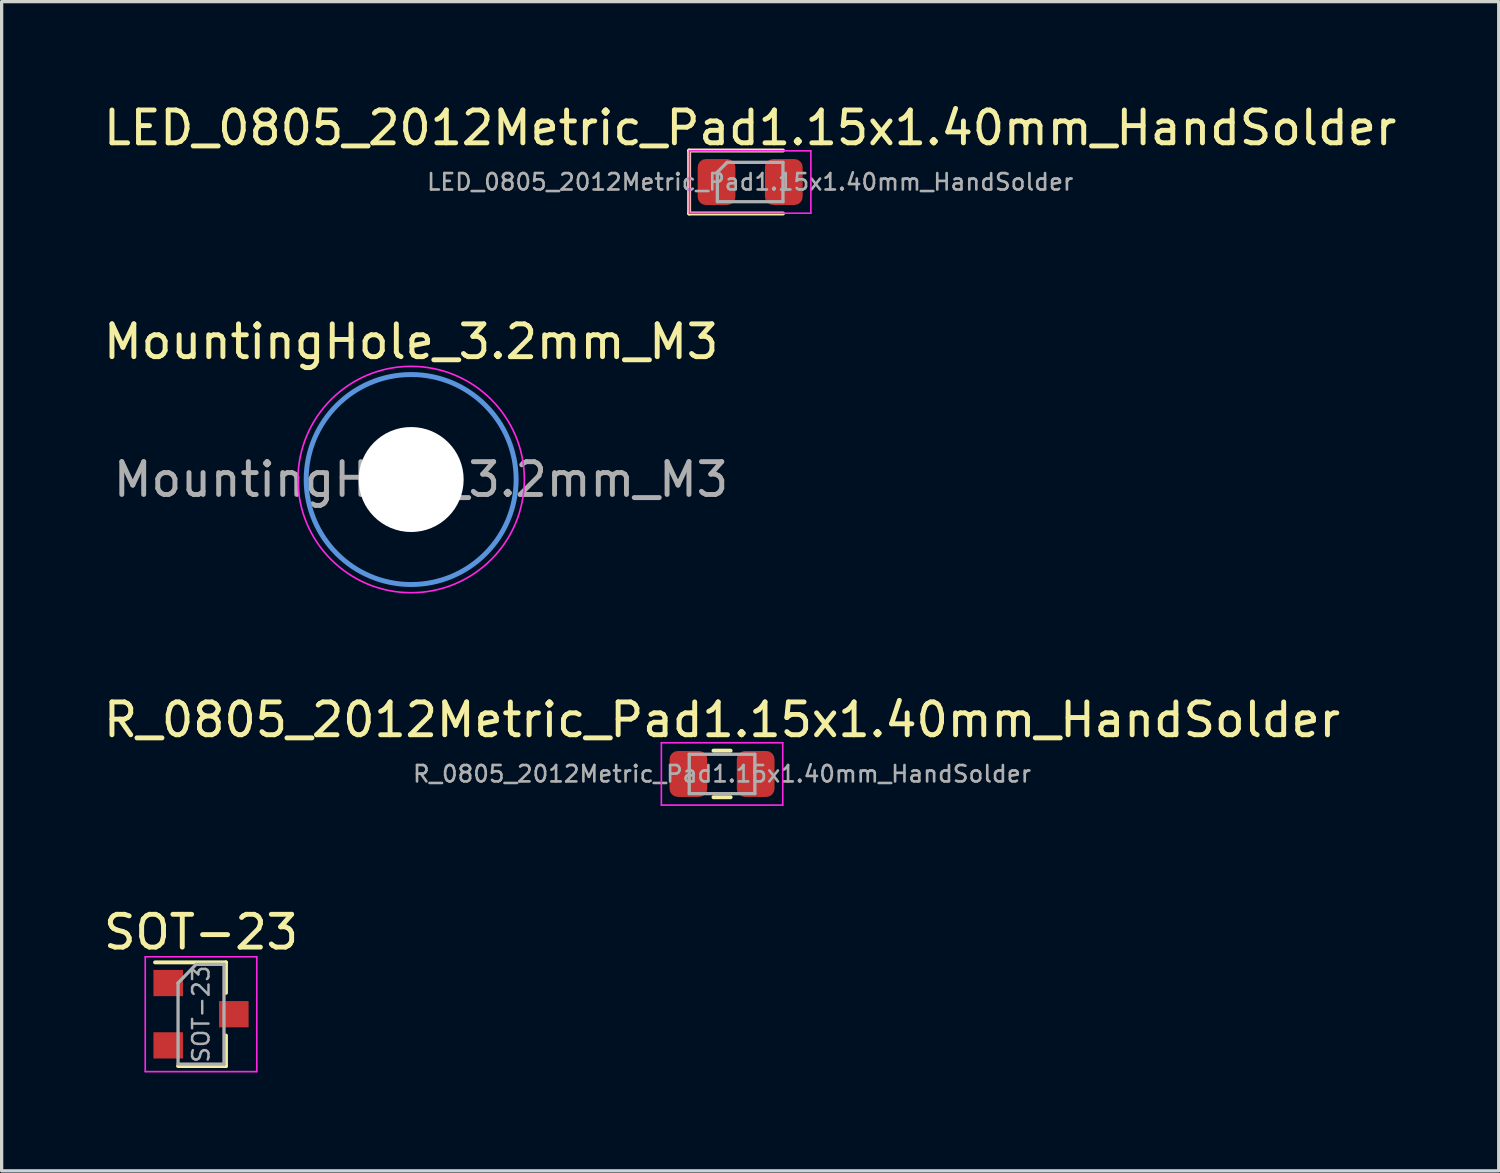
<source format=kicad_pcb>
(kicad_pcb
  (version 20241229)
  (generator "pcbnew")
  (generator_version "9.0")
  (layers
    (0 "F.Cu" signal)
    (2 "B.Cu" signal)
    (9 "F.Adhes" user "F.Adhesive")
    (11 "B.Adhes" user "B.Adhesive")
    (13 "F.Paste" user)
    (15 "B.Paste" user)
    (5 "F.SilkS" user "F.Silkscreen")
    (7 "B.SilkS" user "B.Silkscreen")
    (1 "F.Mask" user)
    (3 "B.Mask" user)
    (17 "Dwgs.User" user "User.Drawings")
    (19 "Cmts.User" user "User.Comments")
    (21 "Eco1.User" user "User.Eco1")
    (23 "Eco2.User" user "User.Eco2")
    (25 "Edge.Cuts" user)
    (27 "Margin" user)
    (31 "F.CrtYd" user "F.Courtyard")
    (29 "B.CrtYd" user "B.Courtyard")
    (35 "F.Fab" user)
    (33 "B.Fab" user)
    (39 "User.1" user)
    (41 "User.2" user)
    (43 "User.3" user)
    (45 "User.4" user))
  (footprint "MountingHole_3.2mm_M3"
    (layer "F.Cu")
    (at 9.482 11.566)
    (property "Reference" "MountingHole_3.2mm_M3" (at 0 -4.2 0) (layer "F.SilkS") (effects (font (size 1 1) (thickness 0.15))))
    (attr exclude_from_pos_files exclude_from_bom)
    (fp_circle (center 0 0) (end 3.2 0) (stroke (width 0.15) (type solid)) (fill no) (layer "Cmts.User"))
    (fp_circle (center 0 0) (end 3.45 0) (stroke (width 0.05) (type solid)) (fill no) (layer "F.CrtYd"))
    (fp_text user "${REFERENCE}" (at 0.3 0 0) (layer "F.Fab") (effects (font (size 1 1) (thickness 0.15))))
    (pad "" np_thru_hole circle (at 0 0) (size 3.2 3.2) (drill 3.2) (layers "*.Cu" "*.Mask")))
  (footprint "R_0805_2012Metric_Pad1.15x1.40mm_HandSolder"
    (layer "F.Cu")
    (at 18.958 20.54)
    (property "Reference" "R_0805_2012Metric_Pad1.15x1.40mm_HandSolder" (at 0 -1.65 180) (layer "F.SilkS") (effects (font (size 1 1) (thickness 0.15))))
    (attr smd)
    (fp_line (start -0.261 -0.71) (end 0.261 -0.71) (stroke (width 0.12) (type solid)) (layer "F.SilkS"))
    (fp_line (start -0.261 0.71) (end 0.261 0.71) (stroke (width 0.12) (type solid)) (layer "F.SilkS"))
    (fp_line (start -1.85 -0.95) (end 1.85 -0.95) (stroke (width 0.05) (type solid)) (layer "F.CrtYd"))
    (fp_line (start -1.85 0.95) (end -1.85 -0.95) (stroke (width 0.05) (type solid)) (layer "F.CrtYd"))
    (fp_line (start 1.85 -0.95) (end 1.85 0.95) (stroke (width 0.05) (type solid)) (layer "F.CrtYd"))
    (fp_line (start 1.85 0.95) (end -1.85 0.95) (stroke (width 0.05) (type solid)) (layer "F.CrtYd"))
    (fp_line (start -1 -0.6) (end 1 -0.6) (stroke (width 0.1) (type solid)) (layer "F.Fab"))
    (fp_line (start -1 0.6) (end -1 -0.6) (stroke (width 0.1) (type solid)) (layer "F.Fab"))
    (fp_line (start 1 -0.6) (end 1 0.6) (stroke (width 0.1) (type solid)) (layer "F.Fab"))
    (fp_line (start 1 0.6) (end -1 0.6) (stroke (width 0.1) (type solid)) (layer "F.Fab"))
    (fp_text user "${REFERENCE}" (at 0 0 180) (layer "F.Fab") (effects (font (size 0.5 0.5) (thickness 0.08))))
    (pad "1" smd roundrect (at -1.025 0) (size 1.15 1.4) (layers "F.Cu" "F.Mask" "F.Paste") (roundrect_rratio 0.217))
    (pad "2" smd roundrect (at 1.025 0) (size 1.15 1.4) (layers "F.Cu" "F.Mask" "F.Paste") (roundrect_rratio 0.217)))
  (footprint "SOT-23"
    (layer "F.Cu")
    (at 3.077 27.863)
    (property "Reference" "SOT-23" (at 0 -2.5 0) (layer "F.SilkS") (effects (font (size 1 1) (thickness 0.15))))
    (attr smd)
    (fp_line (start 0.76 -1.58) (end -1.4 -1.58) (stroke (width 0.12) (type solid)) (layer "F.SilkS"))
    (fp_line (start 0.76 -1.58) (end 0.76 -0.65) (stroke (width 0.12) (type solid)) (layer "F.SilkS"))
    (fp_line (start 0.76 1.58) (end -0.7 1.58) (stroke (width 0.12) (type solid)) (layer "F.SilkS"))
    (fp_line (start 0.76 1.58) (end 0.76 0.65) (stroke (width 0.12) (type solid)) (layer "F.SilkS"))
    (fp_line (start -1.7 -1.75) (end 1.7 -1.75) (stroke (width 0.05) (type solid)) (layer "F.CrtYd"))
    (fp_line (start -1.7 1.75) (end -1.7 -1.75) (stroke (width 0.05) (type solid)) (layer "F.CrtYd"))
    (fp_line (start 1.7 -1.75) (end 1.7 1.75) (stroke (width 0.05) (type solid)) (layer "F.CrtYd"))
    (fp_line (start 1.7 1.75) (end -1.7 1.75) (stroke (width 0.05) (type solid)) (layer "F.CrtYd"))
    (fp_line (start -0.7 -0.95) (end -0.7 1.5) (stroke (width 0.1) (type solid)) (layer "F.Fab"))
    (fp_line (start -0.7 -0.95) (end -0.15 -1.52) (stroke (width 0.1) (type solid)) (layer "F.Fab"))
    (fp_line (start -0.7 1.52) (end 0.7 1.52) (stroke (width 0.1) (type solid)) (layer "F.Fab"))
    (fp_line (start -0.15 -1.52) (end 0.7 -1.52) (stroke (width 0.1) (type solid)) (layer "F.Fab"))
    (fp_line (start 0.7 -1.52) (end 0.7 1.52) (stroke (width 0.1) (type solid)) (layer "F.Fab"))
    (fp_text user "${REFERENCE}" (at 0 0 90) (layer "F.Fab") (effects (font (size 0.5 0.5) (thickness 0.075))))
    (pad "1" smd rect (at -1 -0.95) (size 0.9 0.8) (layers "F.Cu" "F.Mask" "F.Paste"))
    (pad "2" smd rect (at -1 0.95) (size 0.9 0.8) (layers "F.Cu" "F.Mask" "F.Paste"))
    (pad "3" smd rect (at 1 0) (size 0.9 0.8) (layers "F.Cu" "F.Mask" "F.Paste")))
  (footprint "LED_0805_2012Metric_Pad1.15x1.40mm_HandSolder"
    (layer "F.Cu")
    (at 19.815 2.498)
    (property "Reference" "LED_0805_2012Metric_Pad1.15x1.40mm_HandSolder" (at 0 -1.65 0) (layer "F.SilkS") (effects (font (size 1 1) (thickness 0.15))))
    (attr smd)
    (fp_line (start -1.86 -0.96) (end -1.86 0.96) (stroke (width 0.12) (type solid)) (layer "F.SilkS"))
    (fp_line (start -1.86 0.96) (end 1 0.96) (stroke (width 0.12) (type solid)) (layer "F.SilkS"))
    (fp_line (start 1 -0.96) (end -1.86 -0.96) (stroke (width 0.12) (type solid)) (layer "F.SilkS"))
    (fp_line (start -1.85 -0.95) (end 1.85 -0.95) (stroke (width 0.05) (type solid)) (layer "F.CrtYd"))
    (fp_line (start -1.85 0.95) (end -1.85 -0.95) (stroke (width 0.05) (type solid)) (layer "F.CrtYd"))
    (fp_line (start 1.85 -0.95) (end 1.85 0.95) (stroke (width 0.05) (type solid)) (layer "F.CrtYd"))
    (fp_line (start 1.85 0.95) (end -1.85 0.95) (stroke (width 0.05) (type solid)) (layer "F.CrtYd"))
    (fp_line (start -1 -0.3) (end -1 0.6) (stroke (width 0.1) (type solid)) (layer "F.Fab"))
    (fp_line (start -1 0.6) (end 1 0.6) (stroke (width 0.1) (type solid)) (layer "F.Fab"))
    (fp_line (start -0.7 -0.6) (end -1 -0.3) (stroke (width 0.1) (type solid)) (layer "F.Fab"))
    (fp_line (start 1 -0.6) (end -0.7 -0.6) (stroke (width 0.1) (type solid)) (layer "F.Fab"))
    (fp_line (start 1 0.6) (end 1 -0.6) (stroke (width 0.1) (type solid)) (layer "F.Fab"))
    (fp_text user "${REFERENCE}" (at 0 0 0) (layer "F.Fab") (effects (font (size 0.5 0.5) (thickness 0.08))))
    (pad "1" smd roundrect (at -1.025 0) (size 1.15 1.4) (layers "F.Cu" "F.Mask" "F.Paste") (roundrect_rratio 0.217))
    (pad "2" smd roundrect (at 1.025 0) (size 1.15 1.4) (layers "F.Cu" "F.Mask" "F.Paste") (roundrect_rratio 0.217)))
  (gr_rect
    (start -3 -3)
    (end 42.631 32.638)
    (stroke (width 0.1) (type default))
    (fill no)
    (layer "Edge.Cuts")))
</source>
